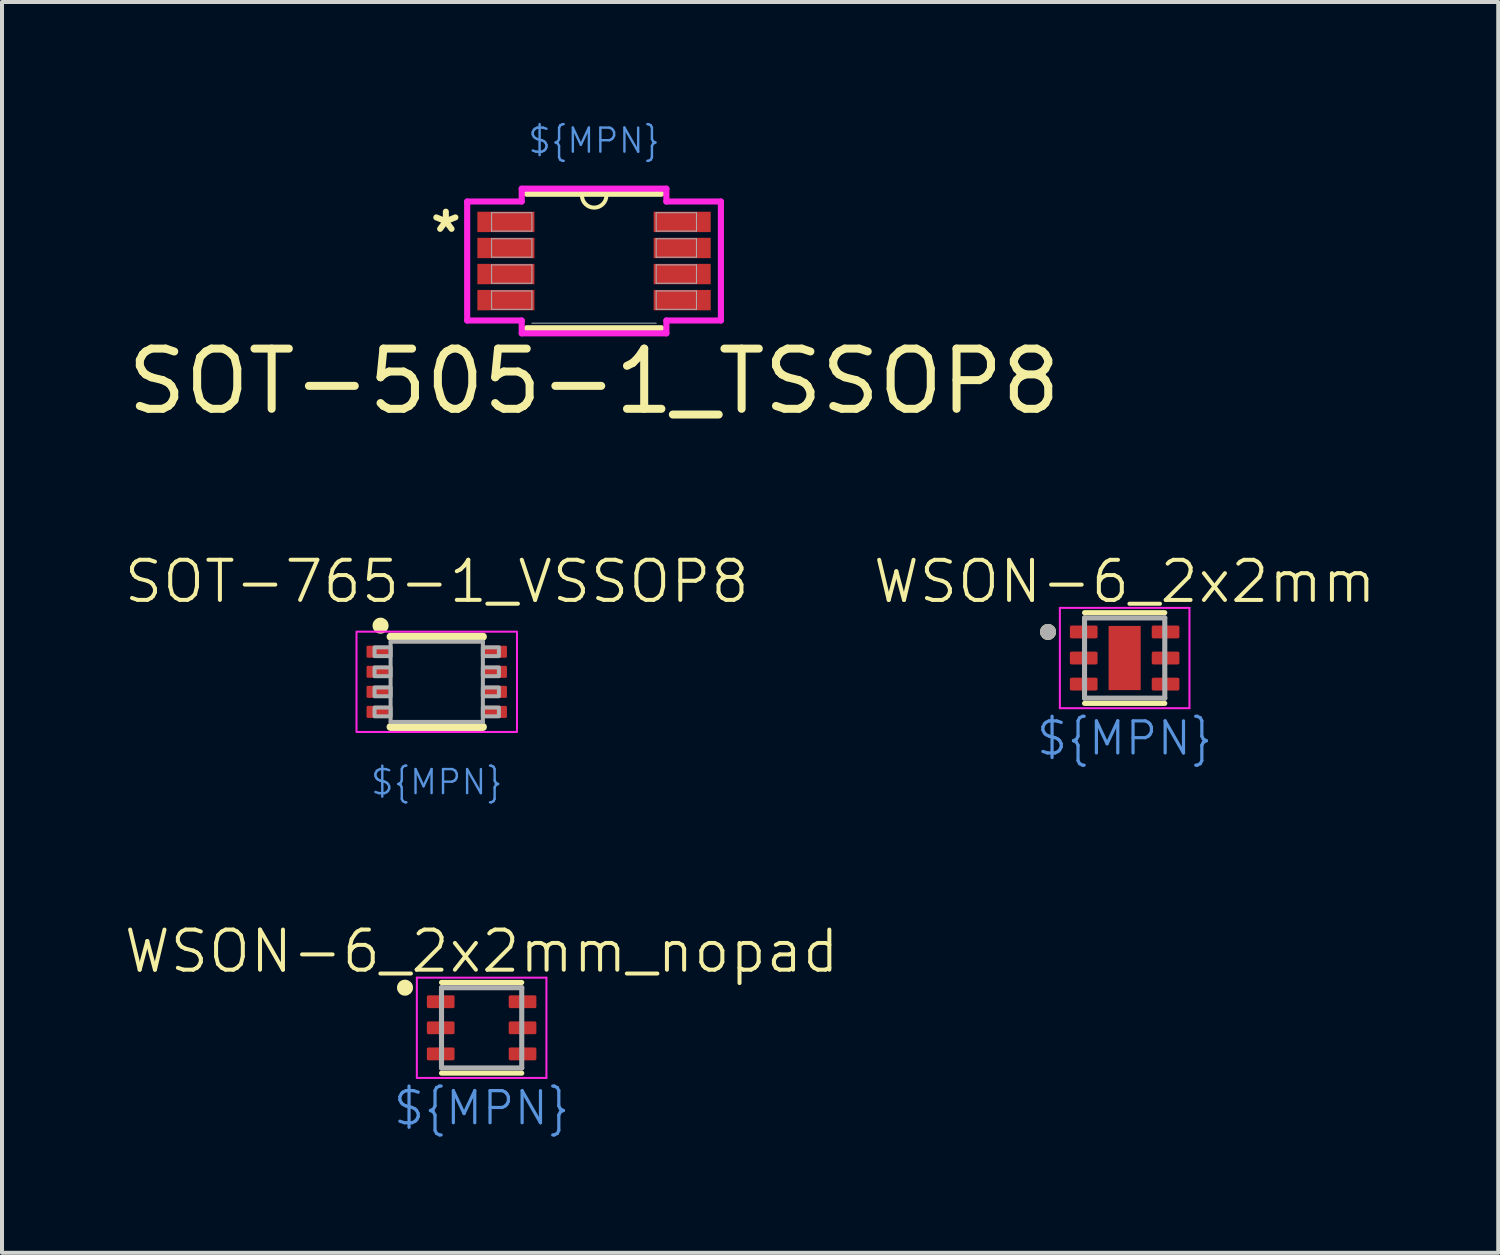
<source format=kicad_pcb>
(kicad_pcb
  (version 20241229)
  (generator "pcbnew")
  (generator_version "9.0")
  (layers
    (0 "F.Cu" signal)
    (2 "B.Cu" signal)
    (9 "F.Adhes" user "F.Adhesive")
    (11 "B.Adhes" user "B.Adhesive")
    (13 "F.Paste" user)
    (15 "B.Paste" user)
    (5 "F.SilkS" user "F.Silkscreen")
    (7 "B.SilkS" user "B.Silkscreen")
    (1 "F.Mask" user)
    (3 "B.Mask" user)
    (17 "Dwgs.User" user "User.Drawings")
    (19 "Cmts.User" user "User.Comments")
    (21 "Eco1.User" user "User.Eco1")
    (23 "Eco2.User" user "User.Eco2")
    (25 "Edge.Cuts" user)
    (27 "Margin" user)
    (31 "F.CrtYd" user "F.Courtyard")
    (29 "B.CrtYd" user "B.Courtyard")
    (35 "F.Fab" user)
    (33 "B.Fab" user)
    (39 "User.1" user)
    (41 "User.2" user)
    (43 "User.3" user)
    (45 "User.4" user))
  (footprint "SOT-765-1_VSSOP8"
    (layer "F.Cu")
    (at 7.836 13.945)
    (property "Reference" "SOT-765-1_VSSOP8" (at 0 -2.5 0) (layer "F.SilkS") (effects (font (size 1 1) (thickness 0.1) (bold yes))))
    (property "MPN" "${MPN}" (at 0 2.5 0) (layer "Cmts.User") (effects (font (size 0.6 0.6) (thickness 0.06))))
    (attr smd allow_soldermask_bridges)
    (fp_line (start -1.15 -1.125) (end 1.15 -1.125) (stroke (width 0.2) (type solid)) (layer "F.SilkS"))
    (fp_line (start 1.15 1.125) (end -1.15 1.125) (stroke (width 0.2) (type solid)) (layer "F.SilkS"))
    (fp_circle (center -1.4 -1.4) (end -1.3 -1.4) (stroke (width 0.2) (type solid)) (fill no) (layer "F.SilkS"))
    (fp_rect (start -2 -1.25) (end 2 1.25) (stroke (width 0.05) (type default)) (fill no) (layer "F.CrtYd"))
    (fp_line (start -1.15 -1) (end 1.15 -1) (stroke (width 0.1) (type solid)) (layer "F.Fab"))
    (fp_line (start -1.15 1) (end -1.15 -1) (stroke (width 0.1) (type solid)) (layer "F.Fab"))
    (fp_line (start 1.15 -1) (end 1.15 1) (stroke (width 0.1) (type solid)) (layer "F.Fab"))
    (fp_line (start 1.15 1) (end -1.15 1) (stroke (width 0.1) (type solid)) (layer "F.Fab"))
    (fp_poly (pts (xy -1.55 -0.64) (xy -1.15 -0.64) (xy -1.15 -0.86) (xy -1.55 -0.86)) (stroke (width 0.1) (type default)) (fill no) (layer "F.Fab"))
    (fp_poly (pts (xy -1.55 -0.14) (xy -1.15 -0.14) (xy -1.15 -0.36) (xy -1.55 -0.36)) (stroke (width 0.1) (type default)) (fill no) (layer "F.Fab"))
    (fp_poly (pts (xy -1.55 0.36) (xy -1.15 0.36) (xy -1.15 0.14) (xy -1.55 0.14)) (stroke (width 0.1) (type default)) (fill no) (layer "F.Fab"))
    (fp_poly (pts (xy -1.55 0.86) (xy -1.15 0.86) (xy -1.15 0.64) (xy -1.55 0.64)) (stroke (width 0.1) (type default)) (fill no) (layer "F.Fab"))
    (fp_poly (pts (xy 1.15 -0.64) (xy 1.55 -0.64) (xy 1.55 -0.86) (xy 1.15 -0.86)) (stroke (width 0.1) (type default)) (fill no) (layer "F.Fab"))
    (fp_poly (pts (xy 1.15 -0.14) (xy 1.55 -0.14) (xy 1.55 -0.36) (xy 1.15 -0.36)) (stroke (width 0.1) (type default)) (fill no) (layer "F.Fab"))
    (fp_poly (pts (xy 1.15 0.36) (xy 1.55 0.36) (xy 1.55 0.14) (xy 1.15 0.14)) (stroke (width 0.1) (type default)) (fill no) (layer "F.Fab"))
    (fp_poly (pts (xy 1.15 0.86) (xy 1.55 0.86) (xy 1.55 0.64) (xy 1.15 0.64)) (stroke (width 0.1) (type default)) (fill no) (layer "F.Fab"))
    (pad "1" smd roundrect (at -1.475 -0.75) (size 0.55 0.3) (layers "F.Cu" "F.Mask" "F.Paste") (roundrect_rratio 0.1))
    (pad "2" smd roundrect (at -1.475 -0.25) (size 0.55 0.3) (layers "F.Cu" "F.Mask" "F.Paste") (roundrect_rratio 0.1))
    (pad "3" smd roundrect (at -1.475 0.25) (size 0.55 0.3) (layers "F.Cu" "F.Mask" "F.Paste") (roundrect_rratio 0.1))
    (pad "4" smd roundrect (at -1.475 0.75) (size 0.55 0.3) (layers "F.Cu" "F.Mask" "F.Paste") (roundrect_rratio 0.1))
    (pad "5" smd roundrect (at 1.475 0.75) (size 0.55 0.3) (layers "F.Cu" "F.Mask" "F.Paste") (roundrect_rratio 0.1))
    (pad "6" smd roundrect (at 1.475 0.25) (size 0.55 0.3) (layers "F.Cu" "F.Mask" "F.Paste") (roundrect_rratio 0.1))
    (pad "7" smd roundrect (at 1.475 -0.25) (size 0.55 0.3) (layers "F.Cu" "F.Mask" "F.Paste") (roundrect_rratio 0.1))
    (pad "8" smd roundrect (at 1.475 -0.75) (size 0.55 0.3) (layers "F.Cu" "F.Mask" "F.Paste") (roundrect_rratio 0.1)))
  (footprint "SOT-505-1_TSSOP8"
    (layer "F.Cu")
    (at 11.757 3.456)
    (property "Reference" "SOT-505-1_TSSOP8" (at 0 3 0) (unlocked yes) (layer "F.SilkS") (effects (font (size 1.5 1.5) (thickness 0.2))))
    (property "MPN" "${MPN}" (at 0 -3 0) (layer "Cmts.User") (effects (font (size 0.6 0.6) (thickness 0.06))))
    (attr smd)
    (fp_line (start -1.676 1.676) (end 1.676 1.676) (stroke (width 0.152) (type solid)) (layer "F.SilkS"))
    (fp_line (start 1.676 -1.676) (end -1.676 -1.676) (stroke (width 0.152) (type solid)) (layer "F.SilkS"))
    (fp_arc (start 0.308166 -1.63536) (mid 0.003366 -1.33056) (end -0.301434 -1.63536) (stroke (width 0.1) (type solid)) (layer "F.SilkS"))
    (fp_line (start -3.162 -1.483) (end -1.803 -1.483) (stroke (width 0.152) (type solid)) (layer "F.CrtYd"))
    (fp_line (start -3.162 1.483) (end -3.162 -1.483) (stroke (width 0.152) (type solid)) (layer "F.CrtYd"))
    (fp_line (start -3.162 1.483) (end -1.803 1.483) (stroke (width 0.152) (type solid)) (layer "F.CrtYd"))
    (fp_line (start -1.803 -1.803) (end 1.803 -1.803) (stroke (width 0.152) (type solid)) (layer "F.CrtYd"))
    (fp_line (start -1.803 -1.483) (end -1.803 -1.803) (stroke (width 0.152) (type solid)) (layer "F.CrtYd"))
    (fp_line (start -1.803 1.803) (end -1.803 1.483) (stroke (width 0.152) (type solid)) (layer "F.CrtYd"))
    (fp_line (start 1.803 -1.803) (end 1.803 -1.483) (stroke (width 0.152) (type solid)) (layer "F.CrtYd"))
    (fp_line (start 1.803 1.483) (end 1.803 1.803) (stroke (width 0.152) (type solid)) (layer "F.CrtYd"))
    (fp_line (start 1.803 1.803) (end -1.803 1.803) (stroke (width 0.152) (type solid)) (layer "F.CrtYd"))
    (fp_line (start 3.162 -1.483) (end 1.803 -1.483) (stroke (width 0.152) (type solid)) (layer "F.CrtYd"))
    (fp_line (start 3.162 -1.483) (end 3.162 1.483) (stroke (width 0.152) (type solid)) (layer "F.CrtYd"))
    (fp_line (start 3.162 1.483) (end 1.803 1.483) (stroke (width 0.152) (type solid)) (layer "F.CrtYd"))
    (fp_line (start -2.553 -1.204) (end -2.553 -0.746) (stroke (width 0.025) (type solid)) (layer "F.Fab"))
    (fp_line (start -2.553 -0.746) (end -1.549 -0.746) (stroke (width 0.025) (type solid)) (layer "F.Fab"))
    (fp_line (start -2.553 -0.554) (end -2.553 -0.096) (stroke (width 0.025) (type solid)) (layer "F.Fab"))
    (fp_line (start -2.553 -0.096) (end -1.549 -0.096) (stroke (width 0.025) (type solid)) (layer "F.Fab"))
    (fp_line (start -2.553 0.096) (end -2.553 0.554) (stroke (width 0.025) (type solid)) (layer "F.Fab"))
    (fp_line (start -2.553 0.554) (end -1.549 0.554) (stroke (width 0.025) (type solid)) (layer "F.Fab"))
    (fp_line (start -2.553 0.746) (end -2.553 1.204) (stroke (width 0.025) (type solid)) (layer "F.Fab"))
    (fp_line (start -2.553 1.204) (end -1.549 1.204) (stroke (width 0.025) (type solid)) (layer "F.Fab"))
    (fp_line (start -1.549 -1.204) (end -2.553 -1.204) (stroke (width 0.025) (type solid)) (layer "F.Fab"))
    (fp_line (start -1.549 -0.746) (end -1.549 -1.204) (stroke (width 0.025) (type solid)) (layer "F.Fab"))
    (fp_line (start -1.549 -0.554) (end -2.553 -0.554) (stroke (width 0.025) (type solid)) (layer "F.Fab"))
    (fp_line (start -1.549 -0.096) (end -1.549 -0.554) (stroke (width 0.025) (type solid)) (layer "F.Fab"))
    (fp_line (start -1.549 0.096) (end -2.553 0.096) (stroke (width 0.025) (type solid)) (layer "F.Fab"))
    (fp_line (start -1.549 0.554) (end -1.549 0.096) (stroke (width 0.025) (type solid)) (layer "F.Fab"))
    (fp_line (start -1.549 0.746) (end -2.553 0.746) (stroke (width 0.025) (type solid)) (layer "F.Fab"))
    (fp_line (start -1.549 1.204) (end -1.549 0.746) (stroke (width 0.025) (type solid)) (layer "F.Fab"))
    (fp_line (start -1.549 1.549) (end 1.549 1.549) (stroke (width 0.025) (type solid)) (layer "F.Fab"))
    (fp_line (start 1.549 -1.204) (end 1.549 -0.746) (stroke (width 0.025) (type solid)) (layer "F.Fab"))
    (fp_line (start 1.549 -0.746) (end 2.553 -0.746) (stroke (width 0.025) (type solid)) (layer "F.Fab"))
    (fp_line (start 1.549 -0.554) (end 1.549 -0.096) (stroke (width 0.025) (type solid)) (layer "F.Fab"))
    (fp_line (start 1.549 -0.096) (end 2.553 -0.096) (stroke (width 0.025) (type solid)) (layer "F.Fab"))
    (fp_line (start 1.549 0.096) (end 1.549 0.554) (stroke (width 0.025) (type solid)) (layer "F.Fab"))
    (fp_line (start 1.549 0.554) (end 2.553 0.554) (stroke (width 0.025) (type solid)) (layer "F.Fab"))
    (fp_line (start 1.549 0.746) (end 1.549 1.204) (stroke (width 0.025) (type solid)) (layer "F.Fab"))
    (fp_line (start 1.549 1.204) (end 2.553 1.204) (stroke (width 0.025) (type solid)) (layer "F.Fab"))
    (fp_line (start 2.553 -1.204) (end 1.549 -1.204) (stroke (width 0.025) (type solid)) (layer "F.Fab"))
    (fp_line (start 2.553 -0.746) (end 2.553 -1.204) (stroke (width 0.025) (type solid)) (layer "F.Fab"))
    (fp_line (start 2.553 -0.554) (end 1.549 -0.554) (stroke (width 0.025) (type solid)) (layer "F.Fab"))
    (fp_line (start 2.553 -0.096) (end 2.553 -0.554) (stroke (width 0.025) (type solid)) (layer "F.Fab"))
    (fp_line (start 2.553 0.096) (end 1.549 0.096) (stroke (width 0.025) (type solid)) (layer "F.Fab"))
    (fp_line (start 2.553 0.554) (end 2.553 0.096) (stroke (width 0.025) (type solid)) (layer "F.Fab"))
    (fp_line (start 2.553 0.746) (end 1.549 0.746) (stroke (width 0.025) (type solid)) (layer "F.Fab"))
    (fp_line (start 2.553 1.204) (end 2.553 0.746) (stroke (width 0.025) (type solid)) (layer "F.Fab"))
    (fp_text user "*" (at -3.694 -0.685 0) (layer "F.SilkS") (effects (font (size 1 1) (thickness 0.15))))
    (pad "1" smd rect (at -2.197 -0.975) (size 1.422 0.508) (layers "F.Cu" "F.Mask" "F.Paste"))
    (pad "2" smd rect (at -2.197 -0.325) (size 1.422 0.508) (layers "F.Cu" "F.Mask" "F.Paste"))
    (pad "3" smd rect (at -2.197 0.325) (size 1.422 0.508) (layers "F.Cu" "F.Mask" "F.Paste"))
    (pad "4" smd rect (at -2.197 0.975) (size 1.422 0.508) (layers "F.Cu" "F.Mask" "F.Paste"))
    (pad "5" smd rect (at 2.197 0.975) (size 1.422 0.508) (layers "F.Cu" "F.Mask" "F.Paste"))
    (pad "6" smd rect (at 2.197 0.325) (size 1.422 0.508) (layers "F.Cu" "F.Mask" "F.Paste"))
    (pad "7" smd rect (at 2.197 -0.325) (size 1.422 0.508) (layers "F.Cu" "F.Mask" "F.Paste"))
    (pad "8" smd rect (at 2.197 -0.975) (size 1.422 0.508) (layers "F.Cu" "F.Mask" "F.Paste")))
  (footprint "WSON-6_2x2mm"
    (layer "F.Cu")
    (at 24.983 13.352)
    (property "Reference" "WSON-6_2x2mm" (at 0 -1.906 0) (layer "F.SilkS") (effects (font (size 1 1) (thickness 0.1))))
    (property "MPN" "${MPN}" (at 0 2 0) (layer "Cmts.User") (effects (font (size 0.8 0.8) (thickness 0.08))))
    (attr smd)
    (fp_line (start -1 -1.13) (end 1 -1.13) (stroke (width 0.127) (type solid)) (layer "F.SilkS"))
    (fp_line (start -1 1.13) (end 1 1.13) (stroke (width 0.127) (type solid)) (layer "F.SilkS"))
    (fp_circle (center -1.91 -0.65) (end -1.81 -0.65) (stroke (width 0.2) (type solid)) (fill no) (layer "F.SilkS"))
    (fp_line (start -1.615 -1.25) (end -1.615 1.25) (stroke (width 0.05) (type solid)) (layer "F.CrtYd"))
    (fp_line (start -1.615 -1.25) (end 1.615 -1.25) (stroke (width 0.05) (type solid)) (layer "F.CrtYd"))
    (fp_line (start -1.615 1.25) (end 1.615 1.25) (stroke (width 0.05) (type solid)) (layer "F.CrtYd"))
    (fp_line (start 1.615 -1.25) (end 1.615 1.25) (stroke (width 0.05) (type solid)) (layer "F.CrtYd"))
    (fp_line (start -1 -1) (end -1 1) (stroke (width 0.127) (type solid)) (layer "F.Fab"))
    (fp_line (start -1 -1) (end 1 -1) (stroke (width 0.127) (type solid)) (layer "F.Fab"))
    (fp_line (start -1 1) (end 1 1) (stroke (width 0.127) (type solid)) (layer "F.Fab"))
    (fp_line (start 1 -1) (end 1 1) (stroke (width 0.127) (type solid)) (layer "F.Fab"))
    (fp_circle (center -1.91 -0.65) (end -1.81 -0.65) (stroke (width 0.2) (type solid)) (fill no) (layer "F.Fab"))
    (pad "1" smd roundrect (at -1.02 -0.65) (size 0.69 0.32) (layers "F.Cu" "F.Mask" "F.Paste") (roundrect_rratio 0.125))
    (pad "2" smd roundrect (at -1.02 0) (size 0.69 0.32) (layers "F.Cu" "F.Mask" "F.Paste") (roundrect_rratio 0.125))
    (pad "3" smd roundrect (at -1.02 0.65) (size 0.69 0.32) (layers "F.Cu" "F.Mask" "F.Paste") (roundrect_rratio 0.125))
    (pad "4" smd roundrect (at 1.02 0.65) (size 0.69 0.32) (layers "F.Cu" "F.Mask" "F.Paste") (roundrect_rratio 0.125))
    (pad "5" smd roundrect (at 1.02 0) (size 0.69 0.32) (layers "F.Cu" "F.Mask" "F.Paste") (roundrect_rratio 0.125))
    (pad "6" smd roundrect (at 1.02 -0.65) (size 0.69 0.32) (layers "F.Cu" "F.Mask" "F.Paste") (roundrect_rratio 0.125))
    (pad "7" smd rect (at 0 0) (size 0.8 1.6) (layers "F.Cu" "F.Mask")))
  (footprint "WSON-6_2x2mm_nopad"
    (layer "F.Cu")
    (at 8.955 22.569)
    (property "Reference" "WSON-6_2x2mm_nopad" (at 0 -1.906 0) (layer "F.SilkS") (effects (font (size 1 1) (thickness 0.1))))
    (property "MPN" "${MPN}" (at 0 2 0) (layer "Cmts.User") (effects (font (size 0.8 0.8) (thickness 0.08))))
    (attr smd)
    (fp_line (start -1 -1.13) (end 1 -1.13) (stroke (width 0.127) (type solid)) (layer "F.SilkS"))
    (fp_line (start -1 1.13) (end 1 1.13) (stroke (width 0.127) (type solid)) (layer "F.SilkS"))
    (fp_circle (center -1.91 -1) (end -1.81 -1) (stroke (width 0.2) (type solid)) (fill no) (layer "F.SilkS"))
    (fp_line (start -1.615 -1.25) (end -1.615 1.25) (stroke (width 0.05) (type solid)) (layer "F.CrtYd"))
    (fp_line (start -1.615 -1.25) (end 1.615 -1.25) (stroke (width 0.05) (type solid)) (layer "F.CrtYd"))
    (fp_line (start -1.615 1.25) (end 1.615 1.25) (stroke (width 0.05) (type solid)) (layer "F.CrtYd"))
    (fp_line (start 1.615 -1.25) (end 1.615 1.25) (stroke (width 0.05) (type solid)) (layer "F.CrtYd"))
    (fp_line (start -1 -1) (end -1 1) (stroke (width 0.127) (type solid)) (layer "F.Fab"))
    (fp_line (start -1 -1) (end 1 -1) (stroke (width 0.127) (type solid)) (layer "F.Fab"))
    (fp_line (start -1 1) (end 1 1) (stroke (width 0.127) (type solid)) (layer "F.Fab"))
    (fp_line (start 1 -1) (end 1 1) (stroke (width 0.127) (type solid)) (layer "F.Fab"))
    (pad "1" smd roundrect (at -1.02 -0.65) (size 0.69 0.32) (layers "F.Cu" "F.Mask" "F.Paste") (roundrect_rratio 0.125))
    (pad "2" smd roundrect (at -1.02 0) (size 0.69 0.32) (layers "F.Cu" "F.Mask" "F.Paste") (roundrect_rratio 0.125))
    (pad "3" smd roundrect (at -1.02 0.65) (size 0.69 0.32) (layers "F.Cu" "F.Mask" "F.Paste") (roundrect_rratio 0.125))
    (pad "4" smd roundrect (at 1.02 0.65) (size 0.69 0.32) (layers "F.Cu" "F.Mask" "F.Paste") (roundrect_rratio 0.125))
    (pad "5" smd roundrect (at 1.02 0) (size 0.69 0.32) (layers "F.Cu" "F.Mask" "F.Paste") (roundrect_rratio 0.125))
    (pad "6" smd roundrect (at 1.02 -0.65) (size 0.69 0.32) (layers "F.Cu" "F.Mask" "F.Paste") (roundrect_rratio 0.125)))
  (gr_rect
    (start -3 -3)
    (end 34.295 28.177)
    (stroke (width 0.1) (type default))
    (fill no)
    (layer "Edge.Cuts")))
</source>
